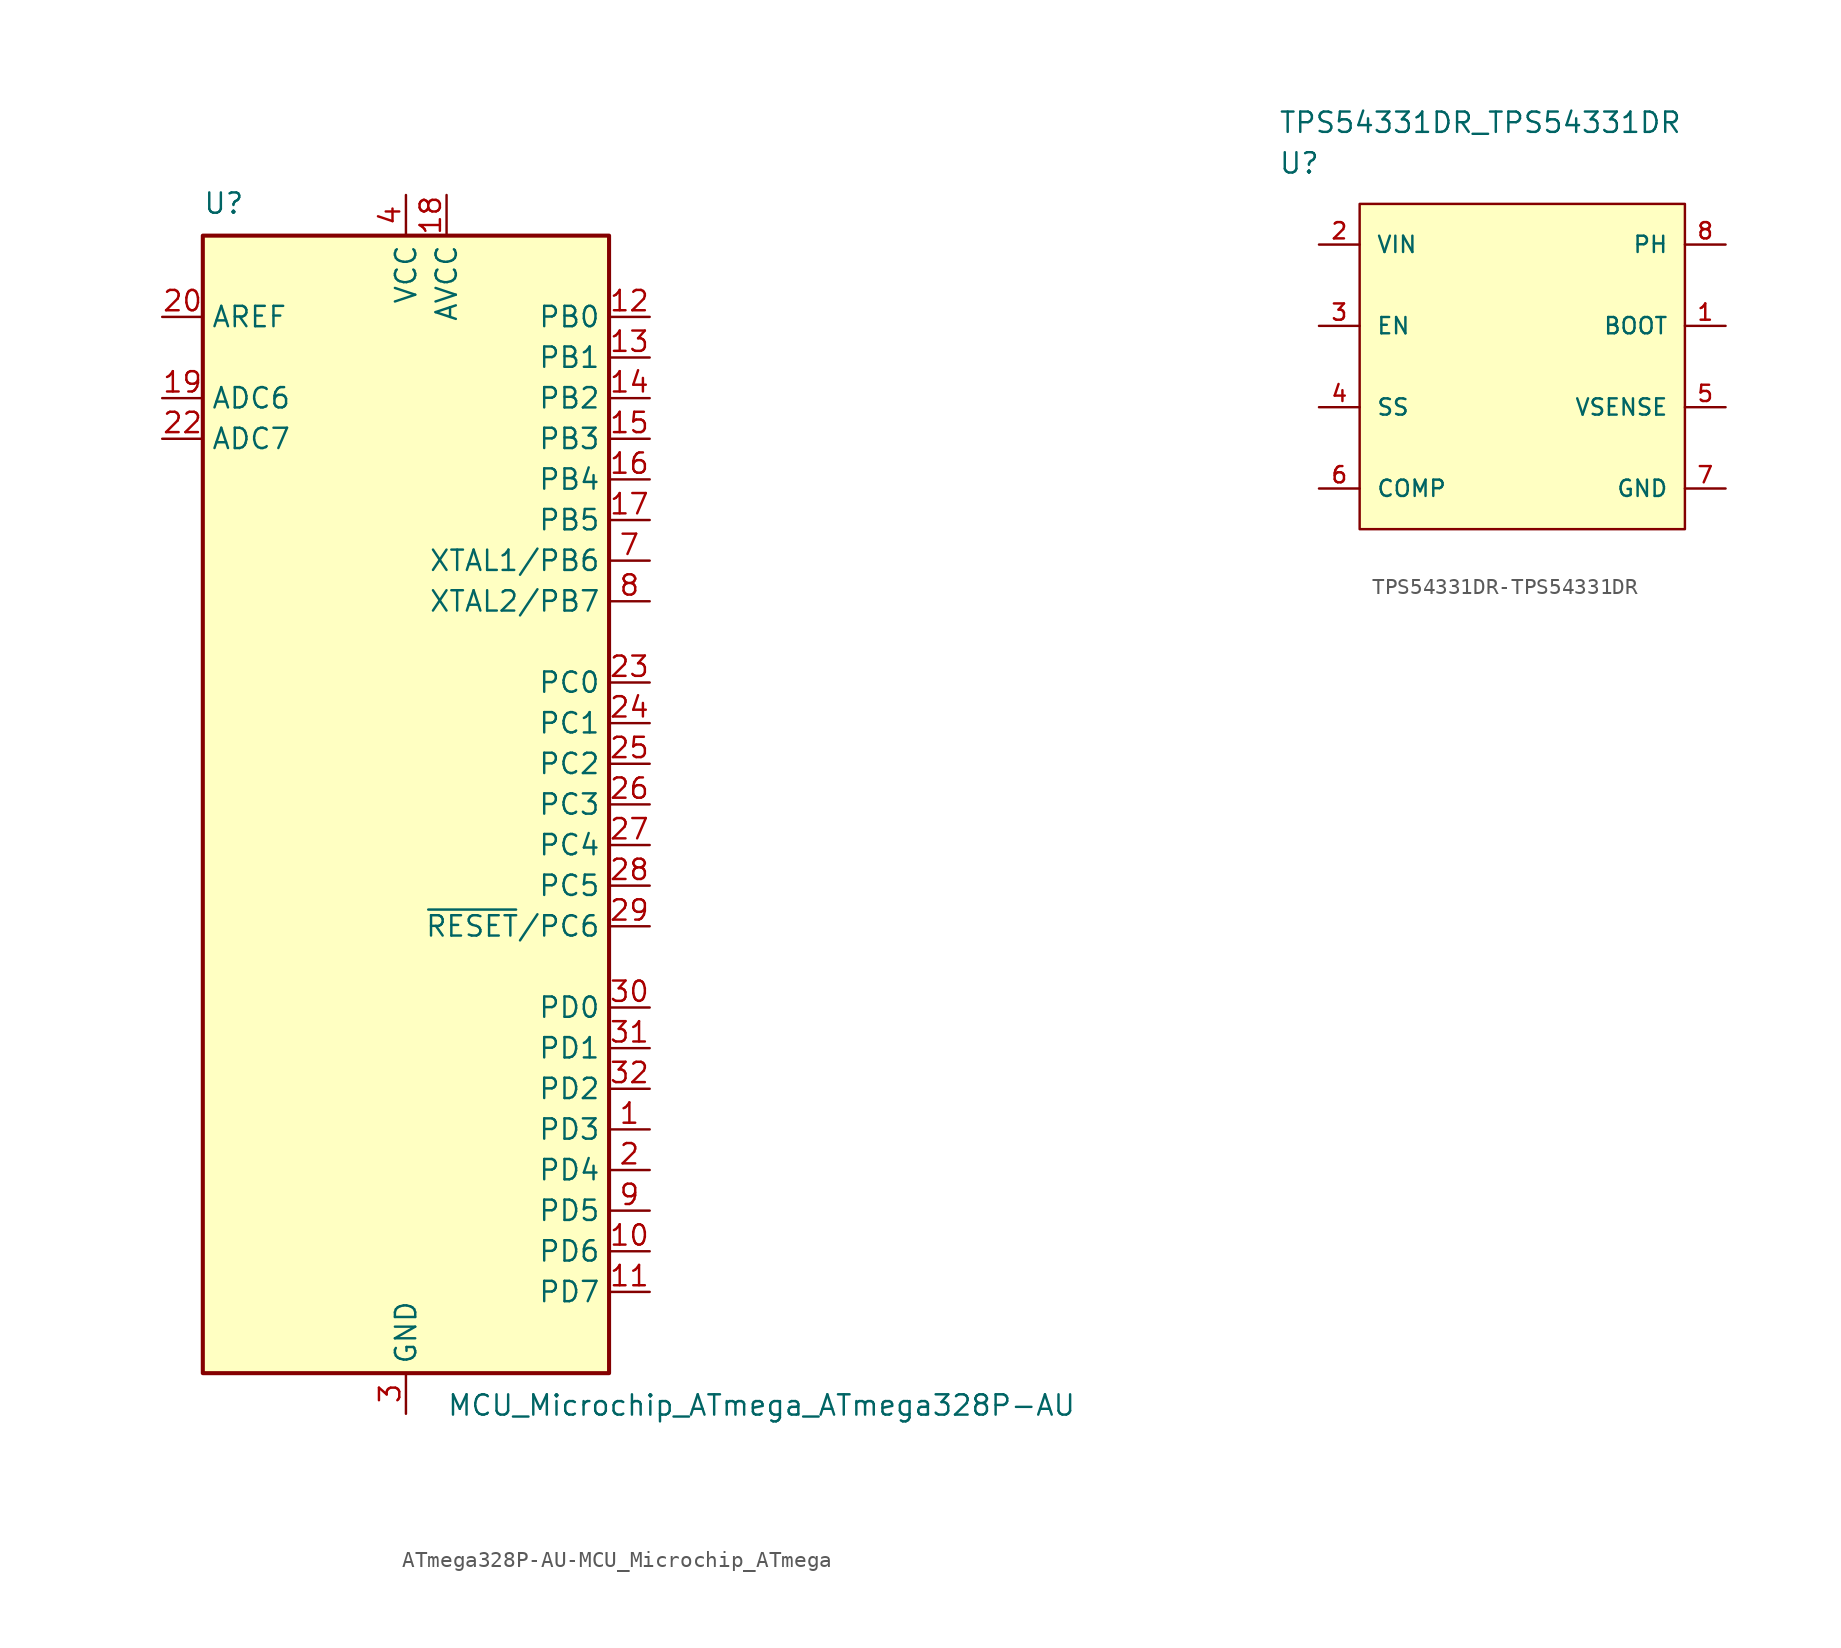
<source format=kicad_sym>
(kicad_symbol_lib
  (version 20220914)
  (generator kicad_symbol_editor)
  (symbol "ATmega328P-AU-MCU_Microchip_ATmega"
    (property "Reference" "U"
      (at -12.7 36.83 0)
      (effects (font (size 1.27 1.27)) (justify left bottom)))
    (property "Value" "MCU_Microchip_ATmega_ATmega328P-AU"
      (at 2.54 -36.83 0)
      (effects (font (size 1.27 1.27)) (justify left top)))
    (symbol "ATmega328P-AU-MCU_Microchip_ATmega_0_1"
      (rectangle (start -12.7 -35.56) (end 12.7 35.56) (stroke (width 0.254) (type solid)) (fill (type background))))
    (symbol "ATmega328P-AU-MCU_Microchip_ATmega_1_1"
      (pin bidirectional line (at 15.24 -20.32 180) (length 2.54) (name "PD3" (effects (font (size 1.27 1.27)))) (number "1" (effects (font (size 1.27 1.27)))))
      (pin bidirectional line (at 15.24 -27.94 180) (length 2.54) (name "PD6" (effects (font (size 1.27 1.27)))) (number "10" (effects (font (size 1.27 1.27)))))
      (pin bidirectional line (at 15.24 -30.48 180) (length 2.54) (name "PD7" (effects (font (size 1.27 1.27)))) (number "11" (effects (font (size 1.27 1.27)))))
      (pin bidirectional line (at 15.24 30.48 180) (length 2.54) (name "PB0" (effects (font (size 1.27 1.27)))) (number "12" (effects (font (size 1.27 1.27)))))
      (pin bidirectional line (at 15.24 27.94 180) (length 2.54) (name "PB1" (effects (font (size 1.27 1.27)))) (number "13" (effects (font (size 1.27 1.27)))))
      (pin bidirectional line (at 15.24 25.4 180) (length 2.54) (name "PB2" (effects (font (size 1.27 1.27)))) (number "14" (effects (font (size 1.27 1.27)))))
      (pin bidirectional line (at 15.24 22.86 180) (length 2.54) (name "PB3" (effects (font (size 1.27 1.27)))) (number "15" (effects (font (size 1.27 1.27)))))
      (pin bidirectional line (at 15.24 20.32 180) (length 2.54) (name "PB4" (effects (font (size 1.27 1.27)))) (number "16" (effects (font (size 1.27 1.27)))))
      (pin bidirectional line (at 15.24 17.78 180) (length 2.54) (name "PB5" (effects (font (size 1.27 1.27)))) (number "17" (effects (font (size 1.27 1.27)))))
      (pin power_in line (at 2.54 38.1 270) (length 2.54) (name "AVCC" (effects (font (size 1.27 1.27)))) (number "18" (effects (font (size 1.27 1.27)))))
      (pin input line (at -15.24 25.4 0) (length 2.54) (name "ADC6" (effects (font (size 1.27 1.27)))) (number "19" (effects (font (size 1.27 1.27)))))
      (pin bidirectional line (at 15.24 -22.86 180) (length 2.54) (name "PD4" (effects (font (size 1.27 1.27)))) (number "2" (effects (font (size 1.27 1.27)))))
      (pin passive line (at -15.24 30.48 0) (length 2.54) (name "AREF" (effects (font (size 1.27 1.27)))) (number "20" (effects (font (size 1.27 1.27)))))
      (pin passive line (at 0 -38.1 90) (length 2.54) hide (name "GND" (effects (font (size 1.27 1.27)))) (number "21" (effects (font (size 1.27 1.27)))))
      (pin input line (at -15.24 22.86 0) (length 2.54) (name "ADC7" (effects (font (size 1.27 1.27)))) (number "22" (effects (font (size 1.27 1.27)))))
      (pin bidirectional line (at 15.24 7.62 180) (length 2.54) (name "PC0" (effects (font (size 1.27 1.27)))) (number "23" (effects (font (size 1.27 1.27)))))
      (pin bidirectional line (at 15.24 5.08 180) (length 2.54) (name "PC1" (effects (font (size 1.27 1.27)))) (number "24" (effects (font (size 1.27 1.27)))))
      (pin bidirectional line (at 15.24 2.54 180) (length 2.54) (name "PC2" (effects (font (size 1.27 1.27)))) (number "25" (effects (font (size 1.27 1.27)))))
      (pin bidirectional line (at 15.24 0 180) (length 2.54) (name "PC3" (effects (font (size 1.27 1.27)))) (number "26" (effects (font (size 1.27 1.27)))))
      (pin bidirectional line (at 15.24 -2.54 180) (length 2.54) (name "PC4" (effects (font (size 1.27 1.27)))) (number "27" (effects (font (size 1.27 1.27)))))
      (pin bidirectional line (at 15.24 -5.08 180) (length 2.54) (name "PC5" (effects (font (size 1.27 1.27)))) (number "28" (effects (font (size 1.27 1.27)))))
      (pin bidirectional line (at 15.24 -7.62 180) (length 2.54) (name "~{RESET}/PC6" (effects (font (size 1.27 1.27)))) (number "29" (effects (font (size 1.27 1.27)))))
      (pin power_in line (at 0 -38.1 90) (length 2.54) (name "GND" (effects (font (size 1.27 1.27)))) (number "3" (effects (font (size 1.27 1.27)))))
      (pin bidirectional line (at 15.24 -12.7 180) (length 2.54) (name "PD0" (effects (font (size 1.27 1.27)))) (number "30" (effects (font (size 1.27 1.27)))))
      (pin bidirectional line (at 15.24 -15.24 180) (length 2.54) (name "PD1" (effects (font (size 1.27 1.27)))) (number "31" (effects (font (size 1.27 1.27)))))
      (pin bidirectional line (at 15.24 -17.78 180) (length 2.54) (name "PD2" (effects (font (size 1.27 1.27)))) (number "32" (effects (font (size 1.27 1.27)))))
      (pin power_in line (at 0 38.1 270) (length 2.54) (name "VCC" (effects (font (size 1.27 1.27)))) (number "4" (effects (font (size 1.27 1.27)))))
      (pin passive line (at 0 -38.1 90) (length 2.54) hide (name "GND" (effects (font (size 1.27 1.27)))) (number "5" (effects (font (size 1.27 1.27)))))
      (pin passive line (at 0 38.1 270) (length 2.54) hide (name "VCC" (effects (font (size 1.27 1.27)))) (number "6" (effects (font (size 1.27 1.27)))))
      (pin bidirectional line (at 15.24 15.24 180) (length 2.54) (name "XTAL1/PB6" (effects (font (size 1.27 1.27)))) (number "7" (effects (font (size 1.27 1.27)))))
      (pin bidirectional line (at 15.24 12.7 180) (length 2.54) (name "XTAL2/PB7" (effects (font (size 1.27 1.27)))) (number "8" (effects (font (size 1.27 1.27)))))
      (pin bidirectional line (at 15.24 -25.4 180) (length 2.54) (name "PD5" (effects (font (size 1.27 1.27)))) (number "9" (effects (font (size 1.27 1.27)))))))
  (symbol "TPS54331DR-TPS54331DR"
    (pin_names
      (offset 1.016))
    (property "Reference" "U"
      (at 0 5.08 0)
      (effects (font (size 1.27 1.27)) (justify left)))
    (property "Value" "TPS54331DR_TPS54331DR"
      (at 0 7.62 0)
      (effects (font (size 1.27 1.27)) (justify left)))
    (property "ki_locked" ""
      (at 0 0 0)
      (effects (font (size 1.27 1.27))))
    (symbol "TPS54331DR-TPS54331DR_1_1"
      (rectangle (start 5.08 2.54) (end 25.4 -17.78) (stroke (width 0) (type solid)) (fill (type background)))
      (pin passive line (at 27.94 -5.08 180) (length 2.54) (name "BOOT" (effects (font (size 1.016 1.016)))) (number "1" (effects (font (size 1.016 1.016)))))
      (pin power_in line (at 2.54 0 0) (length 2.54) (name "VIN" (effects (font (size 1.016 1.016)))) (number "2" (effects (font (size 1.016 1.016)))))
      (pin input line (at 2.54 -5.08 0) (length 2.54) (name "EN" (effects (font (size 1.016 1.016)))) (number "3" (effects (font (size 1.016 1.016)))))
      (pin input line (at 2.54 -10.16 0) (length 2.54) (name "SS" (effects (font (size 1.016 1.016)))) (number "4" (effects (font (size 1.016 1.016)))))
      (pin input line (at 27.94 -10.16 180) (length 2.54) (name "VSENSE" (effects (font (size 1.016 1.016)))) (number "5" (effects (font (size 1.016 1.016)))))
      (pin passive line (at 2.54 -15.24 0) (length 2.54) (name "COMP" (effects (font (size 1.016 1.016)))) (number "6" (effects (font (size 1.016 1.016)))))
      (pin power_in line (at 27.94 -15.24 180) (length 2.54) (name "GND" (effects (font (size 1.016 1.016)))) (number "7" (effects (font (size 1.016 1.016)))))
      (pin power_in line (at 27.94 0 180) (length 2.54) (name "PH" (effects (font (size 1.016 1.016)))) (number "8" (effects (font (size 1.016 1.016))))))))
</source>
